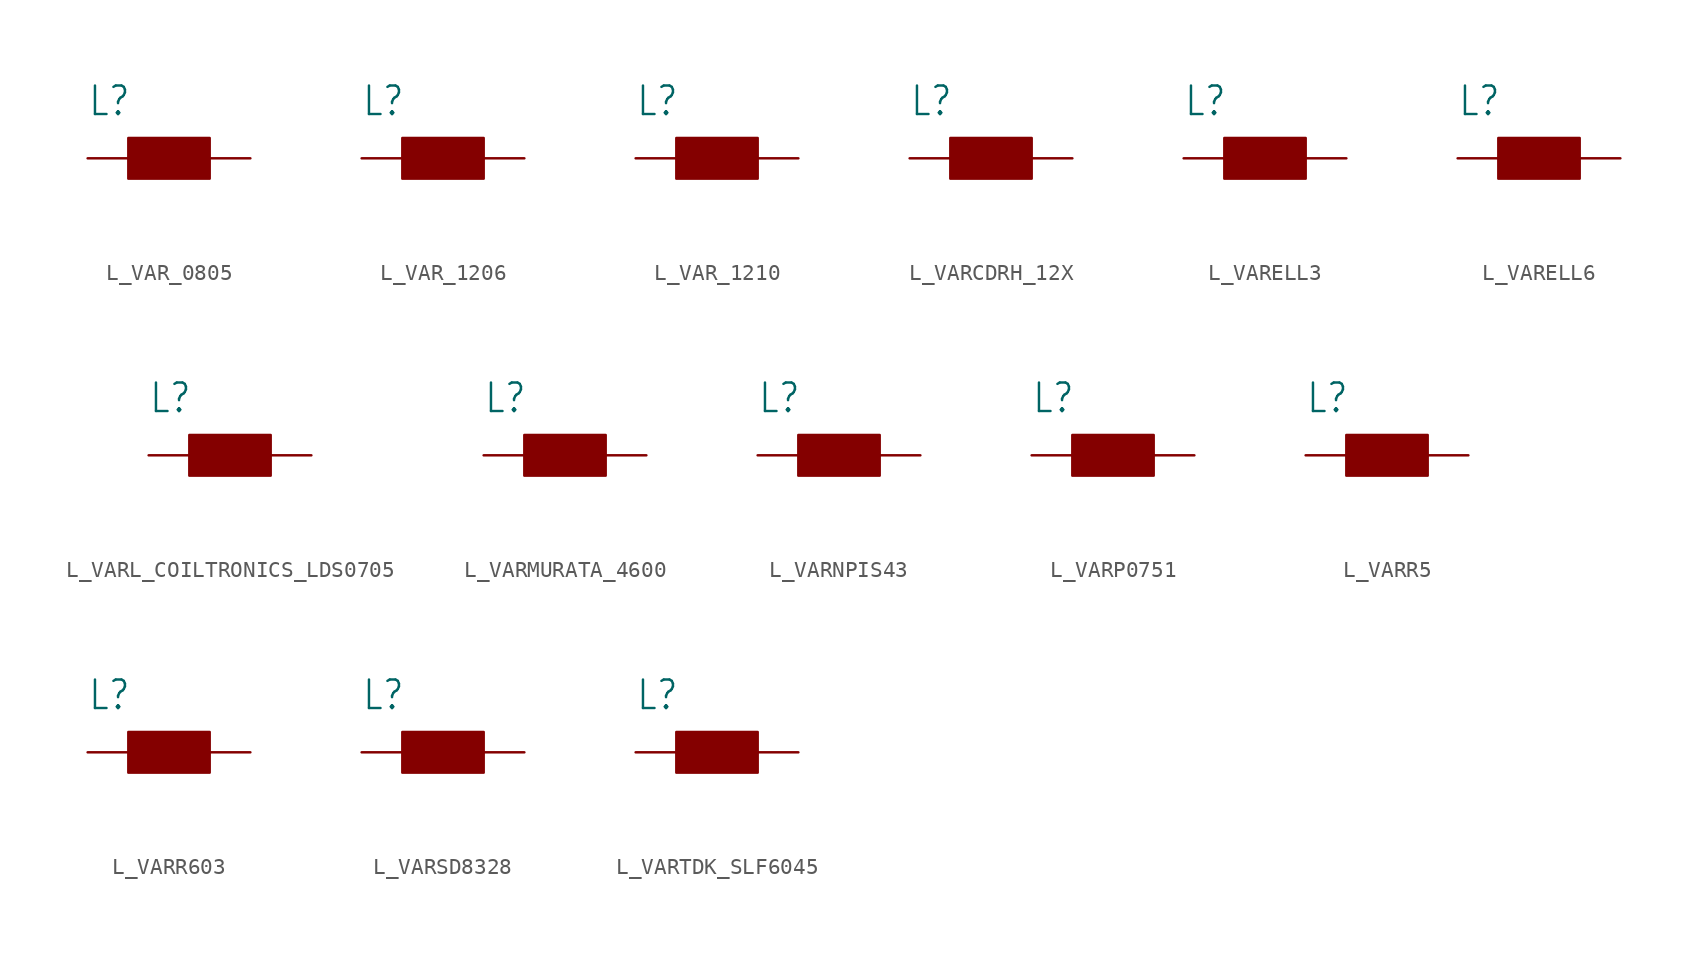
<source format=kicad_sym>
(kicad_symbol_lib
  (version 20220914)
  (generator kicad_symbol_editor)
  (symbol "L_VAR_0805"
    (property "Reference" "L"
      (at -5.08 2.54 0)
      (effects (font (size 1.778 1.511)) (justify left bottom)))
    (property "Value" ""
      (at -5.08 -5.08 0)
      (effects (font (size 1.778 1.511)) (justify left bottom)))
    (property "ki_locked" ""
      (at 0 0 0)
      (effects (font (size 1.27 1.27))))
    (symbol "L_VAR_0805_1_0"
      (rectangle (start -2.54 -1.27) (end 2.54 1.27) (stroke (width 0) (type default)) (fill (type outline)))
      (pin bidirectional line (at -5.08 0 0) (length 2.54) (name "P$1" (effects (font (size 0 0)))) (number "1" (effects (font (size 0 0)))))
      (pin bidirectional line (at 5.08 0 180) (length 2.54) (name "P$2" (effects (font (size 0 0)))) (number "2" (effects (font (size 0 0)))))))
  (symbol "L_VAR_1206"
    (property "Reference" "L"
      (at -5.08 2.54 0)
      (effects (font (size 1.778 1.511)) (justify left bottom)))
    (property "Value" ""
      (at -5.08 -5.08 0)
      (effects (font (size 1.778 1.511)) (justify left bottom)))
    (property "ki_locked" ""
      (at 0 0 0)
      (effects (font (size 1.27 1.27))))
    (symbol "L_VAR_1206_1_0"
      (rectangle (start -2.54 -1.27) (end 2.54 1.27) (stroke (width 0) (type default)) (fill (type outline)))
      (pin bidirectional line (at -5.08 0 0) (length 2.54) (name "P$1" (effects (font (size 0 0)))) (number "1" (effects (font (size 0 0)))))
      (pin bidirectional line (at 5.08 0 180) (length 2.54) (name "P$2" (effects (font (size 0 0)))) (number "2" (effects (font (size 0 0)))))))
  (symbol "L_VAR_1210"
    (property "Reference" "L"
      (at -5.08 2.54 0)
      (effects (font (size 1.778 1.511)) (justify left bottom)))
    (property "Value" ""
      (at -5.08 -5.08 0)
      (effects (font (size 1.778 1.511)) (justify left bottom)))
    (property "ki_locked" ""
      (at 0 0 0)
      (effects (font (size 1.27 1.27))))
    (symbol "L_VAR_1210_1_0"
      (rectangle (start -2.54 -1.27) (end 2.54 1.27) (stroke (width 0) (type default)) (fill (type outline)))
      (pin bidirectional line (at -5.08 0 0) (length 2.54) (name "P$1" (effects (font (size 0 0)))) (number "1" (effects (font (size 0 0)))))
      (pin bidirectional line (at 5.08 0 180) (length 2.54) (name "P$2" (effects (font (size 0 0)))) (number "2" (effects (font (size 0 0)))))))
  (symbol "L_VARCDRH_12X"
    (property "Reference" "L"
      (at -5.08 2.54 0)
      (effects (font (size 1.778 1.511)) (justify left bottom)))
    (property "Value" ""
      (at -5.08 -5.08 0)
      (effects (font (size 1.778 1.511)) (justify left bottom)))
    (property "ki_locked" ""
      (at 0 0 0)
      (effects (font (size 1.27 1.27))))
    (symbol "L_VARCDRH_12X_1_0"
      (rectangle (start -2.54 -1.27) (end 2.54 1.27) (stroke (width 0) (type default)) (fill (type outline)))
      (pin bidirectional line (at -5.08 0 0) (length 2.54) (name "P$1" (effects (font (size 0 0)))) (number "P$1" (effects (font (size 0 0)))))
      (pin bidirectional line (at 5.08 0 180) (length 2.54) (name "P$2" (effects (font (size 0 0)))) (number "P$2" (effects (font (size 0 0)))))))
  (symbol "L_VARELL3"
    (property "Reference" "L"
      (at -5.08 2.54 0)
      (effects (font (size 1.778 1.511)) (justify left bottom)))
    (property "Value" ""
      (at -5.08 -5.08 0)
      (effects (font (size 1.778 1.511)) (justify left bottom)))
    (property "ki_locked" ""
      (at 0 0 0)
      (effects (font (size 1.27 1.27))))
    (symbol "L_VARELL3_1_0"
      (rectangle (start -2.54 -1.27) (end 2.54 1.27) (stroke (width 0) (type default)) (fill (type outline)))
      (pin bidirectional line (at -5.08 0 0) (length 2.54) (name "P$1" (effects (font (size 0 0)))) (number "P$1" (effects (font (size 0 0)))))
      (pin bidirectional line (at 5.08 0 180) (length 2.54) (name "P$2" (effects (font (size 0 0)))) (number "P$2" (effects (font (size 0 0)))))))
  (symbol "L_VARELL6"
    (property "Reference" "L"
      (at -5.08 2.54 0)
      (effects (font (size 1.778 1.511)) (justify left bottom)))
    (property "Value" ""
      (at -5.08 -5.08 0)
      (effects (font (size 1.778 1.511)) (justify left bottom)))
    (property "ki_locked" ""
      (at 0 0 0)
      (effects (font (size 1.27 1.27))))
    (symbol "L_VARELL6_1_0"
      (rectangle (start -2.54 -1.27) (end 2.54 1.27) (stroke (width 0) (type default)) (fill (type outline)))
      (pin bidirectional line (at -5.08 0 0) (length 2.54) (name "P$1" (effects (font (size 0 0)))) (number "P$1" (effects (font (size 0 0)))))
      (pin bidirectional line (at 5.08 0 180) (length 2.54) (name "P$2" (effects (font (size 0 0)))) (number "P$2" (effects (font (size 0 0)))))))
  (symbol "L_VARL_COILTRONICS_LDS0705"
    (property "Reference" "L"
      (at -5.08 2.54 0)
      (effects (font (size 1.778 1.511)) (justify left bottom)))
    (property "Value" ""
      (at -5.08 -5.08 0)
      (effects (font (size 1.778 1.511)) (justify left bottom)))
    (property "ki_locked" ""
      (at 0 0 0)
      (effects (font (size 1.27 1.27))))
    (symbol "L_VARL_COILTRONICS_LDS0705_1_0"
      (rectangle (start -2.54 -1.27) (end 2.54 1.27) (stroke (width 0) (type default)) (fill (type outline)))
      (pin bidirectional line (at -5.08 0 0) (length 2.54) (name "P$1" (effects (font (size 0 0)))) (number "P$1" (effects (font (size 0 0)))))
      (pin bidirectional line (at 5.08 0 180) (length 2.54) (name "P$2" (effects (font (size 0 0)))) (number "P$2" (effects (font (size 0 0)))))))
  (symbol "L_VARMURATA_4600"
    (property "Reference" "L"
      (at -5.08 2.54 0)
      (effects (font (size 1.778 1.511)) (justify left bottom)))
    (property "Value" ""
      (at -5.08 -5.08 0)
      (effects (font (size 1.778 1.511)) (justify left bottom)))
    (property "ki_locked" ""
      (at 0 0 0)
      (effects (font (size 1.27 1.27))))
    (symbol "L_VARMURATA_4600_1_0"
      (rectangle (start -2.54 -1.27) (end 2.54 1.27) (stroke (width 0) (type default)) (fill (type outline)))
      (pin bidirectional line (at -5.08 0 0) (length 2.54) (name "P$1" (effects (font (size 0 0)))) (number "P$1" (effects (font (size 0 0)))))
      (pin bidirectional line (at 5.08 0 180) (length 2.54) (name "P$2" (effects (font (size 0 0)))) (number "P$2" (effects (font (size 0 0)))))))
  (symbol "L_VARNPIS43"
    (property "Reference" "L"
      (at -5.08 2.54 0)
      (effects (font (size 1.778 1.511)) (justify left bottom)))
    (property "Value" ""
      (at -5.08 -5.08 0)
      (effects (font (size 1.778 1.511)) (justify left bottom)))
    (property "ki_locked" ""
      (at 0 0 0)
      (effects (font (size 1.27 1.27))))
    (symbol "L_VARNPIS43_1_0"
      (rectangle (start -2.54 -1.27) (end 2.54 1.27) (stroke (width 0) (type default)) (fill (type outline)))
      (pin bidirectional line (at 5.08 0 180) (length 2.54) (name "P$2" (effects (font (size 0 0)))) (number "1" (effects (font (size 0 0)))))
      (pin bidirectional line (at -5.08 0 0) (length 2.54) (name "P$1" (effects (font (size 0 0)))) (number "2" (effects (font (size 0 0)))))))
  (symbol "L_VARP0751"
    (property "Reference" "L"
      (at -5.08 2.54 0)
      (effects (font (size 1.778 1.511)) (justify left bottom)))
    (property "Value" ""
      (at -5.08 -5.08 0)
      (effects (font (size 1.778 1.511)) (justify left bottom)))
    (property "ki_locked" ""
      (at 0 0 0)
      (effects (font (size 1.27 1.27))))
    (symbol "L_VARP0751_1_0"
      (rectangle (start -2.54 -1.27) (end 2.54 1.27) (stroke (width 0) (type default)) (fill (type outline)))
      (pin bidirectional line (at -5.08 0 0) (length 2.54) (name "P$1" (effects (font (size 0 0)))) (number "P$1" (effects (font (size 0 0)))))
      (pin bidirectional line (at 5.08 0 180) (length 2.54) (name "P$2" (effects (font (size 0 0)))) (number "P$2" (effects (font (size 0 0)))))))
  (symbol "L_VARR5"
    (property "Reference" "L"
      (at -5.08 2.54 0)
      (effects (font (size 1.778 1.511)) (justify left bottom)))
    (property "Value" ""
      (at -5.08 -5.08 0)
      (effects (font (size 1.778 1.511)) (justify left bottom)))
    (property "ki_locked" ""
      (at 0 0 0)
      (effects (font (size 1.27 1.27))))
    (symbol "L_VARR5_1_0"
      (rectangle (start -2.54 -1.27) (end 2.54 1.27) (stroke (width 0) (type default)) (fill (type outline)))
      (pin bidirectional line (at -5.08 0 0) (length 2.54) (name "P$1" (effects (font (size 0 0)))) (number "P$1" (effects (font (size 0 0)))))
      (pin bidirectional line (at 5.08 0 180) (length 2.54) (name "P$2" (effects (font (size 0 0)))) (number "P$2" (effects (font (size 0 0)))))))
  (symbol "L_VARR603"
    (property "Reference" "L"
      (at -5.08 2.54 0)
      (effects (font (size 1.778 1.511)) (justify left bottom)))
    (property "Value" ""
      (at -5.08 -5.08 0)
      (effects (font (size 1.778 1.511)) (justify left bottom)))
    (property "ki_locked" ""
      (at 0 0 0)
      (effects (font (size 1.27 1.27))))
    (symbol "L_VARR603_1_0"
      (rectangle (start -2.54 -1.27) (end 2.54 1.27) (stroke (width 0) (type default)) (fill (type outline)))
      (pin bidirectional line (at -5.08 0 0) (length 2.54) (name "P$1" (effects (font (size 0 0)))) (number "1" (effects (font (size 0 0)))))
      (pin bidirectional line (at 5.08 0 180) (length 2.54) (name "P$2" (effects (font (size 0 0)))) (number "2" (effects (font (size 0 0)))))))
  (symbol "L_VARSD8328"
    (property "Reference" "L"
      (at -5.08 2.54 0)
      (effects (font (size 1.778 1.511)) (justify left bottom)))
    (property "Value" ""
      (at -5.08 -5.08 0)
      (effects (font (size 1.778 1.511)) (justify left bottom)))
    (property "ki_locked" ""
      (at 0 0 0)
      (effects (font (size 1.27 1.27))))
    (symbol "L_VARSD8328_1_0"
      (rectangle (start -2.54 -1.27) (end 2.54 1.27) (stroke (width 0) (type default)) (fill (type outline)))
      (pin bidirectional line (at -5.08 0 0) (length 2.54) (name "P$1" (effects (font (size 0 0)))) (number "P$1" (effects (font (size 0 0)))))
      (pin bidirectional line (at 5.08 0 180) (length 2.54) (name "P$2" (effects (font (size 0 0)))) (number "P$2" (effects (font (size 0 0)))))))
  (symbol "L_VARTDK_SLF6045"
    (property "Reference" "L"
      (at -5.08 2.54 0)
      (effects (font (size 1.778 1.511)) (justify left bottom)))
    (property "Value" ""
      (at -5.08 -5.08 0)
      (effects (font (size 1.778 1.511)) (justify left bottom)))
    (property "ki_locked" ""
      (at 0 0 0)
      (effects (font (size 1.27 1.27))))
    (symbol "L_VARTDK_SLF6045_1_0"
      (rectangle (start -2.54 -1.27) (end 2.54 1.27) (stroke (width 0) (type default)) (fill (type outline)))
      (pin bidirectional line (at -5.08 0 0) (length 2.54) (name "P$1" (effects (font (size 0 0)))) (number "P$1" (effects (font (size 0 0)))))
      (pin bidirectional line (at 5.08 0 180) (length 2.54) (name "P$2" (effects (font (size 0 0)))) (number "P$2" (effects (font (size 0 0))))))))
</source>
